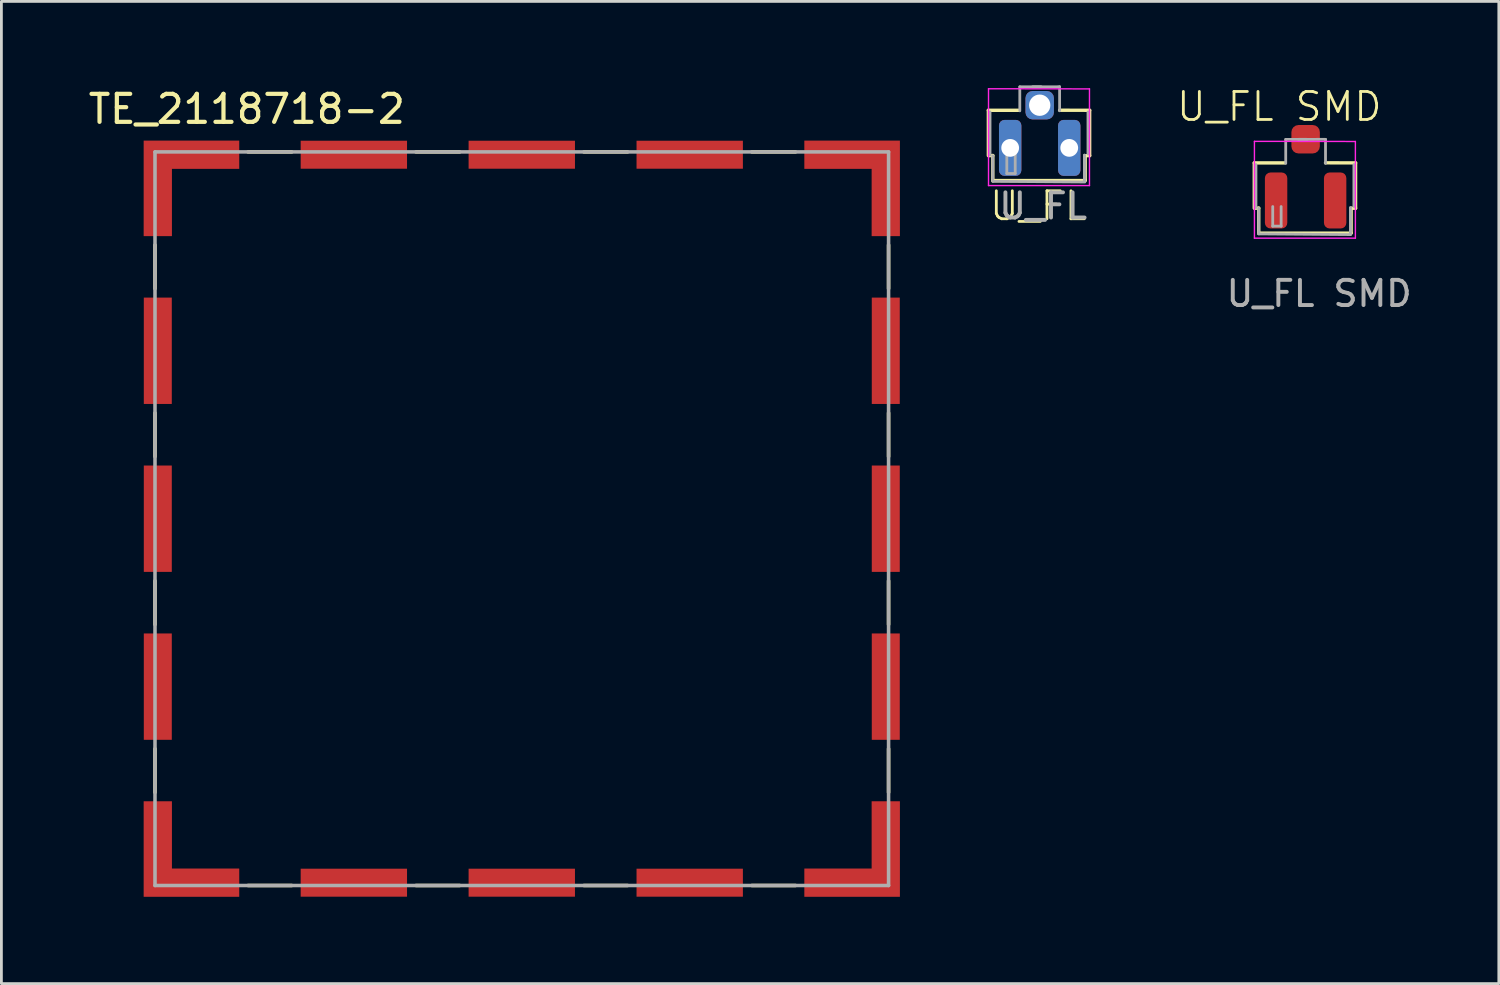
<source format=kicad_pcb>
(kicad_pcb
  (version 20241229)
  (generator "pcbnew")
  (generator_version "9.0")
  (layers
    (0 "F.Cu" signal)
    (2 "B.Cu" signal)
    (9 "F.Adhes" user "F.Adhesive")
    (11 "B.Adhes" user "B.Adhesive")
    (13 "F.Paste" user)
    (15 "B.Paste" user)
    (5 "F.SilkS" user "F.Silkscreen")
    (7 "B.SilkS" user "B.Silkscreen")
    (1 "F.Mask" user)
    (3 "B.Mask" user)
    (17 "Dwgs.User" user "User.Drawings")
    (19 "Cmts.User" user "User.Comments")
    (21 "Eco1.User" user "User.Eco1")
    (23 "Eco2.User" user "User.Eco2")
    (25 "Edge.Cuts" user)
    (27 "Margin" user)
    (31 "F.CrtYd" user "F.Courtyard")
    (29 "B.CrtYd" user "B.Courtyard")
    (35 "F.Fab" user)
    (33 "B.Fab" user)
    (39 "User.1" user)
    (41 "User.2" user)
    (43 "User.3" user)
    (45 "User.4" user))
  (footprint "U_FL"
    (layer "F.Cu")
    (at 34.098 2.234)
    (property "Reference" "U_FL" (at -0.05 2.075 0) (unlocked yes) (layer "F.SilkS") (effects (font (size 1 1) (thickness 0.1))))
    (attr through_hole)
    (fp_line (start -1.835 -1.343) (end -0.749 -1.343) (stroke (width 0.12) (type solid)) (layer "F.SilkS"))
    (fp_line (start -1.835 0.277) (end -1.835 -1.343) (stroke (width 0.12) (type solid)) (layer "F.SilkS"))
    (fp_line (start -1.81 0.277) (end -1.676 0.273) (stroke (width 0.12) (type solid)) (layer "F.SilkS"))
    (fp_line (start -1.676 1.168) (end -1.676 0.273) (stroke (width 0.12) (type solid)) (layer "F.SilkS"))
    (fp_line (start -1.676 1.168) (end 1.626 1.168) (stroke (width 0.12) (type solid)) (layer "F.SilkS"))
    (fp_line (start 0.711 -1.346) (end 1.785 -1.343) (stroke (width 0.12) (type solid)) (layer "F.SilkS"))
    (fp_line (start 1.626 0.279) (end 1.785 0.277) (stroke (width 0.12) (type solid)) (layer "F.SilkS"))
    (fp_line (start 1.626 1.159) (end 1.626 0.279) (stroke (width 0.12) (type solid)) (layer "F.SilkS"))
    (fp_line (start 1.785 0.277) (end 1.785 -1.343) (stroke (width 0.12) (type solid)) (layer "F.SilkS"))
    (fp_line (start -1.829 -2.113) (end 1.778 -2.108) (stroke (width 0.05) (type solid)) (layer "F.CrtYd"))
    (fp_line (start -1.829 1.346) (end -1.829 -2.113) (stroke (width 0.05) (type solid)) (layer "F.CrtYd"))
    (fp_line (start 1.778 -2.108) (end 1.778 1.346) (stroke (width 0.05) (type solid)) (layer "F.CrtYd"))
    (fp_line (start 1.778 1.346) (end -1.829 1.346) (stroke (width 0.05) (type solid)) (layer "F.CrtYd"))
    (fp_line (start -1.775 0.254) (end -1.775 -1.283) (stroke (width 0.1) (type solid)) (layer "F.Fab"))
    (fp_line (start -1.676 1.194) (end -1.676 0.279) (stroke (width 0.1) (type solid)) (layer "F.Fab"))
    (fp_line (start -1.175 0.917) (end -1.175 0.217) (stroke (width 0.1) (type solid)) (layer "F.Fab"))
    (fp_line (start -0.875 0.217) (end -0.875 0.917) (stroke (width 0.1) (type solid)) (layer "F.Fab"))
    (fp_line (start -0.875 0.917) (end -1.175 0.917) (stroke (width 0.1) (type solid)) (layer "F.Fab"))
    (fp_line (start -0.711 -2.182) (end -0.711 -1.324) (stroke (width 0.1) (type solid)) (layer "F.Fab"))
    (fp_line (start -0.711 -2.182) (end 0.711 -2.184) (stroke (width 0.1) (type solid)) (layer "F.Fab"))
    (fp_line (start -0.252 -2.184) (end 0.048 -2.184) (stroke (width 0.1) (type solid)) (layer "F.Fab"))
    (fp_line (start 0.711 -2.184) (end 0.711 -1.326) (stroke (width 0.1) (type solid)) (layer "F.Fab"))
    (fp_line (start 1.6 0.26) (end 1.6 1.194) (stroke (width 0.1) (type solid)) (layer "F.Fab"))
    (fp_line (start 1.6 1.194) (end 1.6 0.26) (stroke (width 0.1) (type solid)) (layer "F.Fab"))
    (fp_line (start 1.613 1.219) (end -1.676 1.194) (stroke (width 0.1) (type solid)) (layer "F.Fab"))
    (fp_line (start 1.725 -1.283) (end 1.725 0.217) (stroke (width 0.1) (type solid)) (layer "F.Fab"))
    (fp_text user "${REFERENCE}" (at 0.125 2.079 180) (layer "F.Fab") (effects (font (size 0.9 0.9) (thickness 0.14))))
    (pad "1" thru_hole roundrect (at 0 -1.525 90) (size 1.016 1.016) (drill 0.762) (layers "*.Cu" "*.Mask") (roundrect_rratio 0.25))
    (pad "2" thru_hole roundrect (at -1.055 0 90) (size 2 0.8) (drill 0.635) (layers "*.Cu" "*.Mask") (roundrect_rratio 0.25))
    (pad "3" thru_hole roundrect (at 1.055 0 90) (size 2 0.8) (drill 0.635) (layers "*.Cu" "*.Mask") (roundrect_rratio 0.25)))
  (footprint "TE_2118718-2"
    (layer "F.Cu")
    (at 15.593 15.483)
    (property "Reference" "TE_2118718-2" (at -9.825 -14.635 0) (layer "F.SilkS") (effects (font (size 1 1) (thickness 0.15))))
    (attr smd)
    (fp_poly (pts (xy -13.605 -10) (xy -13.605 -13.605) (xy -10 -13.605) (xy -10 -12.405) (xy -12.405 -12.405) (xy -12.405 -10)) (stroke (width 0.01) (type solid)) (fill yes) (layer "F.Mask"))
    (fp_poly (pts (xy -13.605 10) (xy -13.605 13.605) (xy -10 13.605) (xy -10 12.405) (xy -12.405 12.405) (xy -12.405 10)) (stroke (width 0.01) (type solid)) (fill yes) (layer "F.Mask"))
    (fp_poly (pts (xy 10 -13.605) (xy 13.605 -13.605) (xy 13.605 -10) (xy 12.405 -10) (xy 12.405 -12.405) (xy 10 -12.405)) (stroke (width 0.01) (type solid)) (fill yes) (layer "F.Mask"))
    (fp_poly (pts (xy 13.605 10) (xy 13.605 13.605) (xy 10 13.605) (xy 10 12.405) (xy 12.405 12.405) (xy 12.405 10)) (stroke (width 0.01) (type solid)) (fill yes) (layer "F.Mask"))
    (fp_line (start -13.105 -9.78) (end -13.105 -8.22) (stroke (width 0.127) (type solid)) (layer "F.SilkS"))
    (fp_line (start -13.105 -3.78) (end -13.105 -2.22) (stroke (width 0.127) (type solid)) (layer "F.SilkS"))
    (fp_line (start -13.105 2.22) (end -13.105 3.78) (stroke (width 0.127) (type solid)) (layer "F.SilkS"))
    (fp_line (start -13.105 8.22) (end -13.105 9.78) (stroke (width 0.127) (type solid)) (layer "F.SilkS"))
    (fp_line (start -9.78 13.105) (end -8.22 13.105) (stroke (width 0.127) (type solid)) (layer "F.SilkS"))
    (fp_line (start -8.22 -13.105) (end -9.78 -13.105) (stroke (width 0.127) (type solid)) (layer "F.SilkS"))
    (fp_line (start -3.78 13.105) (end -2.22 13.105) (stroke (width 0.127) (type solid)) (layer "F.SilkS"))
    (fp_line (start -2.22 -13.105) (end -3.78 -13.105) (stroke (width 0.127) (type solid)) (layer "F.SilkS"))
    (fp_line (start 2.22 13.105) (end 3.78 13.105) (stroke (width 0.127) (type solid)) (layer "F.SilkS"))
    (fp_line (start 3.78 -13.105) (end 2.22 -13.105) (stroke (width 0.127) (type solid)) (layer "F.SilkS"))
    (fp_line (start 8.22 13.105) (end 9.78 13.105) (stroke (width 0.127) (type solid)) (layer "F.SilkS"))
    (fp_line (start 9.78 -13.105) (end 8.22 -13.105) (stroke (width 0.127) (type solid)) (layer "F.SilkS"))
    (fp_line (start 13.105 -8.22) (end 13.105 -9.78) (stroke (width 0.127) (type solid)) (layer "F.SilkS"))
    (fp_line (start 13.105 -2.22) (end 13.105 -3.78) (stroke (width 0.127) (type solid)) (layer "F.SilkS"))
    (fp_line (start 13.105 3.78) (end 13.105 2.22) (stroke (width 0.127) (type solid)) (layer "F.SilkS"))
    (fp_line (start 13.105 9.78) (end 13.105 8.22) (stroke (width 0.127) (type solid)) (layer "F.SilkS"))
    (fp_poly (pts (xy -13.505 -10.1) (xy -13.505 -13.505) (xy -10.1 -13.505) (xy -10.1 -12.505) (xy -12.505 -12.505) (xy -12.505 -10.1)) (stroke (width 0.01) (type solid)) (fill yes) (layer "F.Paste"))
    (fp_poly (pts (xy -13.505 10.1) (xy -13.505 13.505) (xy -10.1 13.505) (xy -10.1 12.505) (xy -12.505 12.505) (xy -12.505 10.1)) (stroke (width 0.01) (type solid)) (fill yes) (layer "F.Paste"))
    (fp_poly (pts (xy 10.1 -13.505) (xy 13.505 -13.505) (xy 13.505 -10.1) (xy 12.505 -10.1) (xy 12.505 -12.505) (xy 10.1 -12.505)) (stroke (width 0.01) (type solid)) (fill yes) (layer "F.Paste"))
    (fp_poly (pts (xy 13.505 10.1) (xy 13.505 13.505) (xy 10.1 13.505) (xy 10.1 12.505) (xy 12.505 12.505) (xy 12.505 10.1)) (stroke (width 0.01) (type solid)) (fill yes) (layer "F.Paste"))
    (fp_line (start -13.105 -13.105) (end 13.105 -13.105) (stroke (width 0.127) (type solid)) (layer "F.Fab"))
    (fp_line (start -13.105 13.105) (end -13.105 -13.105) (stroke (width 0.127) (type solid)) (layer "F.Fab"))
    (fp_line (start 13.105 -13.105) (end 13.105 13.105) (stroke (width 0.127) (type solid)) (layer "F.Fab"))
    (fp_line (start 13.105 13.105) (end -13.105 13.105) (stroke (width 0.127) (type solid)) (layer "F.Fab"))
    (pad "SH1" smd custom (at -13.005 13.005) (size 0.5 0.5) (layers "F.Cu") (options (anchor rect)) (primitives (gr_poly (pts (xy -0.5 -2.905) (xy -0.5 0.5) (xy 2.905 0.5) (xy 2.905 -0.5) (xy 0.5 -0.5) (xy 0.5 -2.905)) (width 0.01) (fill yes))))
    (pad "SH2" smd rect (at -6 13.005) (size 3.8 1) (layers "F.Cu" "F.Mask" "F.Paste"))
    (pad "SH3" smd rect (at 0 13.005) (size 3.8 1) (layers "F.Cu" "F.Mask" "F.Paste"))
    (pad "SH4" smd rect (at 6 13.005) (size 3.8 1) (layers "F.Cu" "F.Mask" "F.Paste"))
    (pad "SH5" smd custom (at 13.005 13.005) (size 0.5 0.5) (layers "F.Cu") (options (anchor rect)) (primitives (gr_poly (pts (xy 0.5 -2.905) (xy 0.5 0.5) (xy -2.905 0.5) (xy -2.905 -0.5) (xy -0.5 -0.5) (xy -0.5 -2.905)) (width 0.01) (fill yes))))
    (pad "SH6" smd rect (at 13.005 6) (size 1 3.8) (layers "F.Cu" "F.Mask" "F.Paste"))
    (pad "SH7" smd rect (at 13.005 0) (size 1 3.8) (layers "F.Cu" "F.Mask" "F.Paste"))
    (pad "SH8" smd rect (at 13.005 -6) (size 1 3.8) (layers "F.Cu" "F.Mask" "F.Paste"))
    (pad "SH9" smd custom (at 13.005 -13.005) (size 0.5 0.5) (layers "F.Cu") (options (anchor rect)) (primitives (gr_poly (pts (xy -2.905 -0.5) (xy 0.5 -0.5) (xy 0.5 2.905) (xy -0.5 2.905) (xy -0.5 0.5) (xy -2.905 0.5)) (width 0.01) (fill yes))))
    (pad "SH10" smd rect (at 6 -13.005) (size 3.8 1) (layers "F.Cu" "F.Mask" "F.Paste"))
    (pad "SH11" smd rect (at 0 -13.005) (size 3.8 1) (layers "F.Cu" "F.Mask" "F.Paste"))
    (pad "SH12" smd rect (at -6 -13.005) (size 3.8 1) (layers "F.Cu" "F.Mask" "F.Paste"))
    (pad "SH13" smd custom (at -13.005 -13.005) (size 0.5 0.5) (layers "F.Cu") (options (anchor rect)) (primitives (gr_poly (pts (xy -0.5 2.905) (xy -0.5 -0.5) (xy 2.905 -0.5) (xy 2.905 0.5) (xy 0.5 0.5) (xy 0.5 2.905)) (width 0.01) (fill yes))))
    (pad "SH14" smd rect (at -13.005 -6) (size 1 3.8) (layers "F.Cu" "F.Mask" "F.Paste"))
    (pad "SH15" smd rect (at -13.005 0) (size 1 3.8) (layers "F.Cu" "F.Mask" "F.Paste"))
    (pad "SH16" smd rect (at -13.005 6) (size 1 3.8) (layers "F.Cu" "F.Mask" "F.Paste")))
  (footprint "U_FL SMD"
    (layer "F.Cu")
    (at 43.599 4.113)
    (property "Reference" "U_FL SMD" (at -0.94 -3.353 0) (unlocked yes) (layer "F.SilkS") (effects (font (size 1 1) (thickness 0.1))))
    (attr smd)
    (fp_line (start -1.835 -1.343) (end -0.749 -1.343) (stroke (width 0.12) (type solid)) (layer "F.SilkS"))
    (fp_line (start -1.835 0.277) (end -1.835 -1.343) (stroke (width 0.12) (type solid)) (layer "F.SilkS"))
    (fp_line (start -1.81 0.277) (end -1.676 0.273) (stroke (width 0.12) (type solid)) (layer "F.SilkS"))
    (fp_line (start -1.676 1.168) (end -1.676 0.273) (stroke (width 0.12) (type solid)) (layer "F.SilkS"))
    (fp_line (start -1.676 1.168) (end 1.626 1.168) (stroke (width 0.12) (type solid)) (layer "F.SilkS"))
    (fp_line (start 0.711 -1.346) (end 1.785 -1.343) (stroke (width 0.12) (type solid)) (layer "F.SilkS"))
    (fp_line (start 1.626 0.279) (end 1.785 0.277) (stroke (width 0.12) (type solid)) (layer "F.SilkS"))
    (fp_line (start 1.626 1.159) (end 1.626 0.279) (stroke (width 0.12) (type solid)) (layer "F.SilkS"))
    (fp_line (start 1.785 0.277) (end 1.785 -1.343) (stroke (width 0.12) (type solid)) (layer "F.SilkS"))
    (fp_line (start -1.829 -2.113) (end 1.778 -2.108) (stroke (width 0.05) (type solid)) (layer "F.CrtYd"))
    (fp_line (start -1.829 1.346) (end -1.829 -2.113) (stroke (width 0.05) (type solid)) (layer "F.CrtYd"))
    (fp_line (start 1.778 -2.108) (end 1.778 1.346) (stroke (width 0.05) (type solid)) (layer "F.CrtYd"))
    (fp_line (start 1.778 1.346) (end -1.829 1.346) (stroke (width 0.05) (type solid)) (layer "F.CrtYd"))
    (fp_line (start -1.775 0.254) (end -1.775 -1.283) (stroke (width 0.1) (type solid)) (layer "F.Fab"))
    (fp_line (start -1.676 1.194) (end -1.676 0.279) (stroke (width 0.1) (type solid)) (layer "F.Fab"))
    (fp_line (start -1.175 0.917) (end -1.175 0.217) (stroke (width 0.1) (type solid)) (layer "F.Fab"))
    (fp_line (start -0.875 0.217) (end -0.875 0.917) (stroke (width 0.1) (type solid)) (layer "F.Fab"))
    (fp_line (start -0.875 0.917) (end -1.175 0.917) (stroke (width 0.1) (type solid)) (layer "F.Fab"))
    (fp_line (start -0.711 -2.182) (end -0.711 -1.324) (stroke (width 0.1) (type solid)) (layer "F.Fab"))
    (fp_line (start -0.711 -2.182) (end 0.711 -2.184) (stroke (width 0.1) (type solid)) (layer "F.Fab"))
    (fp_line (start -0.252 -2.184) (end 0.048 -2.184) (stroke (width 0.1) (type solid)) (layer "F.Fab"))
    (fp_line (start 0.711 -2.184) (end 0.711 -1.326) (stroke (width 0.1) (type solid)) (layer "F.Fab"))
    (fp_line (start 1.6 0.26) (end 1.6 1.194) (stroke (width 0.1) (type solid)) (layer "F.Fab"))
    (fp_line (start 1.6 1.194) (end 1.6 0.26) (stroke (width 0.1) (type solid)) (layer "F.Fab"))
    (fp_line (start 1.613 1.219) (end -1.676 1.194) (stroke (width 0.1) (type solid)) (layer "F.Fab"))
    (fp_line (start 1.725 -1.283) (end 1.725 0.217) (stroke (width 0.1) (type solid)) (layer "F.Fab"))
    (fp_text user "${REFERENCE}" (at 0.483 3.327 0) (layer "F.Fab") (effects (font (size 0.9 0.9) (thickness 0.14))))
    (pad "1" smd roundrect (at 0 -2.188 90) (size 1.016 1.016) (layers "F.Cu" "F.Mask" "F.Paste") (roundrect_rratio 0.25))
    (pad "2" smd roundrect (at -1.055 0 90) (size 2 0.8) (layers "F.Cu" "F.Mask" "F.Paste") (roundrect_rratio 0.25))
    (pad "3" smd roundrect (at 1.055 0 90) (size 2 0.8) (layers "F.Cu" "F.Mask" "F.Paste") (roundrect_rratio 0.25)))
  (gr_rect
    (start -3 -3)
    (end 50.502 32.093)
    (stroke (width 0.1) (type default))
    (fill no)
    (layer "Edge.Cuts")))
</source>
